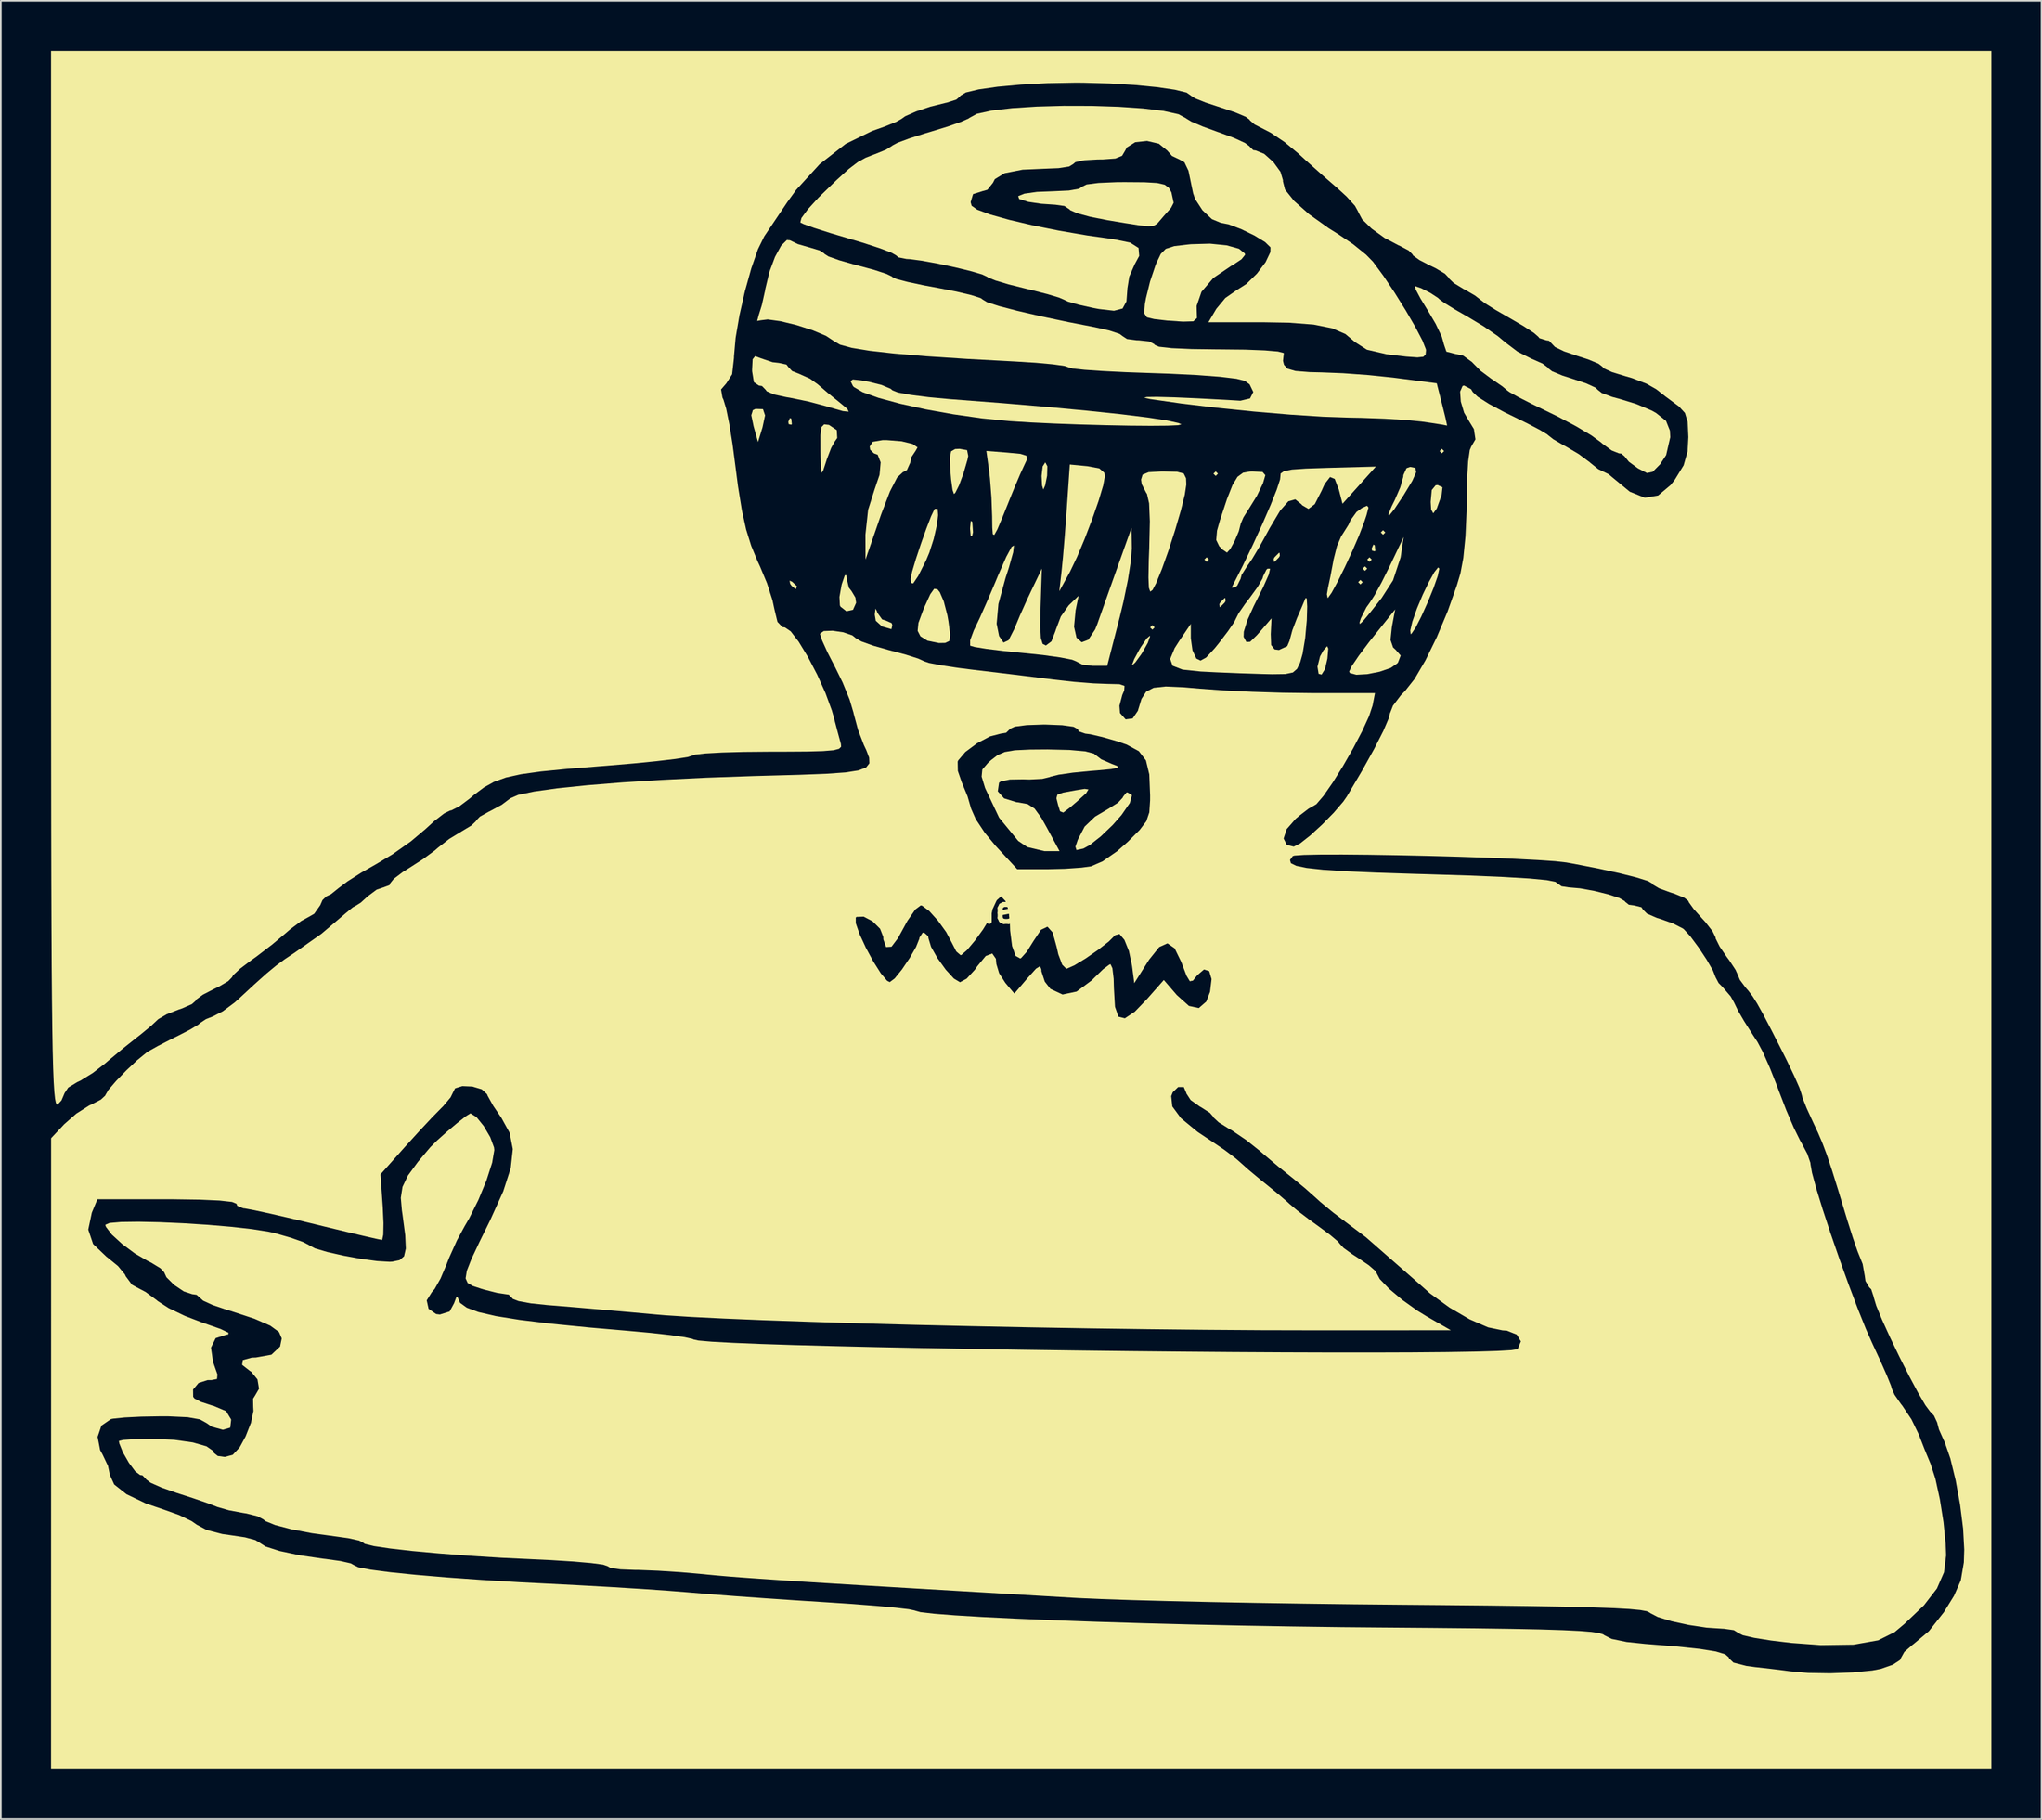
<source format=kicad_pcb>
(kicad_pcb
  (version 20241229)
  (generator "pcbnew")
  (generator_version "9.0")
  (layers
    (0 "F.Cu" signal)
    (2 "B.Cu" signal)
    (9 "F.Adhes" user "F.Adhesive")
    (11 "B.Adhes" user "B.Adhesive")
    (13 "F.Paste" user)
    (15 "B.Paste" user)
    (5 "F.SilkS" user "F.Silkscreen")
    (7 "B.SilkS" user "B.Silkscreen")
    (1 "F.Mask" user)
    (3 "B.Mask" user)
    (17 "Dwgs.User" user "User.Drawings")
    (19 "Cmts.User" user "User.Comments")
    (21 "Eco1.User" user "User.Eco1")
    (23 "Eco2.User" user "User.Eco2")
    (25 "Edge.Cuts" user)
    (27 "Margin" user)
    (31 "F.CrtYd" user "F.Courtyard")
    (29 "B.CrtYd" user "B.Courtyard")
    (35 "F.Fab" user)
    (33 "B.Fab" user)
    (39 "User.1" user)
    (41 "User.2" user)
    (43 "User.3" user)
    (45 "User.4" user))
  (footprint "meitsi"
    (layer "F.Cu")
    (at 57.826 51.34)
    (property "Reference" "meitsi" (at 0 0 0) (layer "F.SilkS") (effects (font (size 1.524 1.524) (thickness 0.3))))
    (attr board_only exclude_from_pos_files exclude_from_bom)
    (fp_poly (pts (xy 8.106 -16.888) (xy 7.971 -16.753) (xy 7.836 -16.888) (xy 7.971 -17.023)) (stroke (width 0) (type solid)) (fill yes) (layer "F.SilkS"))
    (fp_poly (pts (xy 11.349 -20.941) (xy 11.214 -20.806) (xy 11.079 -20.941) (xy 11.214 -21.077)) (stroke (width 0) (type solid)) (fill yes) (layer "F.SilkS"))
    (fp_poly (pts (xy 11.889 -26.076) (xy 11.754 -25.94) (xy 11.619 -26.076) (xy 11.754 -26.211)) (stroke (width 0) (type solid)) (fill yes) (layer "F.SilkS"))
    (fp_poly (pts (xy 20.536 -19.59) (xy 20.401 -19.455) (xy 20.266 -19.59) (xy 20.401 -19.726)) (stroke (width 0) (type solid)) (fill yes) (layer "F.SilkS"))
    (fp_poly (pts (xy 20.806 -20.401) (xy 20.671 -20.266) (xy 20.536 -20.401) (xy 20.671 -20.536)) (stroke (width 0) (type solid)) (fill yes) (layer "F.SilkS"))
    (fp_poly (pts (xy 21.077 -20.941) (xy 20.941 -20.806) (xy 20.806 -20.941) (xy 20.941 -21.077)) (stroke (width 0) (type solid)) (fill yes) (layer "F.SilkS"))
    (fp_poly (pts (xy 21.887 -22.563) (xy 21.752 -22.428) (xy 21.617 -22.563) (xy 21.752 -22.698)) (stroke (width 0) (type solid)) (fill yes) (layer "F.SilkS"))
    (fp_poly (pts (xy 25.4 -27.427) (xy 25.265 -27.291) (xy 25.13 -27.427) (xy 25.265 -27.562)) (stroke (width 0) (type solid)) (fill yes) (layer "F.SilkS"))
    (fp_poly (pts (xy -13.601 -29.363) (xy -13.568 -29.042) (xy -13.601 -29.003) (xy -13.761 -29.04) (xy -13.781 -29.183) (xy -13.682 -29.405)) (stroke (width 0) (type solid)) (fill yes) (layer "F.SilkS"))
    (fp_poly (pts (xy 21.257 -21.797) (xy 21.289 -21.476) (xy 21.257 -21.437) (xy 21.096 -21.474) (xy 21.077 -21.617) (xy 21.175 -21.839)) (stroke (width 0) (type solid)) (fill yes) (layer "F.SilkS"))
    (fp_poly (pts (xy -13.552 -19.616) (xy -13.262 -19.344) (xy -13.322 -19.188) (xy -13.36 -19.185) (xy -13.588 -19.377) (xy -13.672 -19.497) (xy -13.703 -19.682)) (stroke (width 0) (type solid)) (fill yes) (layer "F.SilkS"))
    (fp_poly (pts (xy -15.294 -29.936) (xy -15.168 -29.563) (xy -15.32 -28.85) (xy -15.59 -27.967) (xy -15.855 -28.913) (xy -15.991 -29.573) (xy -15.895 -29.88) (xy -15.74 -29.95)) (stroke (width 0) (type solid)) (fill yes) (layer "F.SilkS"))
    (fp_poly (pts (xy -2.798 -23.212) (xy -2.785 -23.166) (xy -2.746 -22.577) (xy -2.795 -22.355) (xy -2.884 -22.346) (xy -2.92 -22.769) (xy -2.92 -22.833) (xy -2.881 -23.252)) (stroke (width 0) (type solid)) (fill yes) (layer "F.SilkS"))
    (fp_poly (pts (xy 12.345 -18.47) (xy 12.295 -18.374) (xy 12.04 -18.116) (xy 11.993 -18.104) (xy 11.974 -18.279) (xy 12.024 -18.374) (xy 12.279 -18.633) (xy 12.327 -18.645)) (stroke (width 0) (type solid)) (fill yes) (layer "F.SilkS"))
    (fp_poly (pts (xy 15.588 -21.172) (xy 15.537 -21.077) (xy 15.283 -20.819) (xy 15.235 -20.806) (xy 15.217 -20.981) (xy 15.267 -21.077) (xy 15.522 -21.335) (xy 15.569 -21.347)) (stroke (width 0) (type solid)) (fill yes) (layer "F.SilkS"))
    (fp_poly (pts (xy 18.48 -15.625) (xy 18.429 -15.024) (xy 18.283 -14.394) (xy 18.078 -14.068) (xy 17.901 -14.117) (xy 17.834 -14.54) (xy 17.989 -15.156) (xy 18.188 -15.513) (xy 18.412 -15.766)) (stroke (width 0) (type solid)) (fill yes) (layer "F.SilkS"))
    (fp_poly (pts (xy 25.302 -25.263) (xy 25.25 -24.792) (xy 24.963 -23.995) (xy 24.751 -23.707) (xy 24.626 -23.936) (xy 24.598 -24.387) (xy 24.661 -25.099) (xy 24.894 -25.383) (xy 25.013 -25.4)) (stroke (width 0) (type solid)) (fill yes) (layer "F.SilkS"))
    (fp_poly (pts (xy 1.696 -26.52) (xy 1.682 -25.963) (xy 1.679 -25.94) (xy 1.565 -25.372) (xy 1.457 -25.13) (xy 1.456 -25.13) (xy 1.382 -25.365) (xy 1.351 -25.932) (xy 1.351 -25.94) (xy 1.416 -26.51) (xy 1.572 -26.751) (xy 1.574 -26.751)) (stroke (width 0) (type solid)) (fill yes) (layer "F.SilkS"))
    (fp_poly (pts (xy 4.153 -7.203) (xy 4.013 -6.978) (xy 3.488 -6.499) (xy 3.066 -6.137) (xy 2.65 -5.82) (xy 2.457 -5.895) (xy 2.342 -6.26) (xy 2.238 -6.676) (xy 2.296 -6.892) (xy 2.641 -7.014) (xy 3.349 -7.144) (xy 3.926 -7.237)) (stroke (width 0) (type solid)) (fill yes) (layer "F.SilkS"))
    (fp_poly (pts (xy 7.833 -16.348) (xy 7.695 -15.959) (xy 7.356 -15.359) (xy 7.296 -15.267) (xy 6.949 -14.791) (xy 6.766 -14.631) (xy 6.757 -14.653) (xy 6.885 -14.991) (xy 7.203 -15.581) (xy 7.295 -15.733) (xy 7.632 -16.227) (xy 7.819 -16.386)) (stroke (width 0) (type solid)) (fill yes) (layer "F.SilkS"))
    (fp_poly (pts (xy -8.484 -17.853) (xy -8.461 -17.766) (xy -8.173 -17.365) (xy -7.951 -17.294) (xy -7.605 -17.141) (xy -7.566 -17.023) (xy -7.617 -16.785) (xy -7.634 -16.785) (xy -7.916 -16.87) (xy -8.174 -16.939) (xy -8.555 -17.284) (xy -8.615 -17.651) (xy -8.571 -18.011)) (stroke (width 0) (type solid)) (fill yes) (layer "F.SilkS"))
    (fp_poly (pts (xy -10.292 -19.809) (xy -10.162 -19.263) (xy -9.998 -19.05) (xy -9.771 -18.669) (xy -9.728 -18.359) (xy -9.914 -17.94) (xy -10.309 -17.851) (xy -10.664 -18.13) (xy -10.698 -18.206) (xy -10.725 -18.705) (xy -10.598 -19.421) (xy -10.579 -19.49) (xy -10.403 -20.005) (xy -10.312 -20.007)) (stroke (width 0) (type solid)) (fill yes) (layer "F.SilkS"))
    (fp_poly (pts (xy -3.099 -27.482) (xy -3.03 -27.135) (xy -3.08 -26.898) (xy -3.316 -26.091) (xy -3.579 -25.38) (xy -3.803 -24.933) (xy -3.885 -24.86) (xy -3.968 -25.103) (xy -4.053 -25.724) (xy -4.095 -26.211) (xy -4.13 -27.011) (xy -4.055 -27.411) (xy -3.813 -27.548) (xy -3.551 -27.562)) (stroke (width 0) (type solid)) (fill yes) (layer "F.SilkS"))
    (fp_poly (pts (xy -11.349 -28.991) (xy -10.884 -28.679) (xy -10.856 -28.211) (xy -11.011 -27.99) (xy -11.218 -27.617) (xy -11.472 -26.955) (xy -11.523 -26.797) (xy -11.693 -26.275) (xy -11.788 -26.126) (xy -11.834 -26.402) (xy -11.856 -27.153) (xy -11.861 -27.469) (xy -11.862 -28.378) (xy -11.801 -28.859) (xy -11.639 -29.025)) (stroke (width 0) (type solid)) (fill yes) (layer "F.SilkS"))
    (fp_poly (pts (xy 22.804 -21.077) (xy 22.349 -19.701) (xy 21.669 -18.645) (xy 20.973 -17.764) (xy 20.555 -17.262) (xy 20.364 -17.087) (xy 20.349 -17.189) (xy 20.426 -17.429) (xy 20.756 -18.086) (xy 20.963 -18.374) (xy 21.248 -18.814) (xy 21.668 -19.581) (xy 22.133 -20.512) (xy 22.145 -20.536) (xy 22.983 -22.293)) (stroke (width 0) (type solid)) (fill yes) (layer "F.SilkS"))
    (fp_poly (pts (xy 23.681 -26.417) (xy 23.732 -26.17) (xy 23.504 -25.654) (xy 22.98 -24.787) (xy 22.974 -24.777) (xy 22.436 -23.967) (xy 22.126 -23.582) (xy 22.063 -23.629) (xy 22.263 -24.119) (xy 22.457 -24.511) (xy 22.783 -25.264) (xy 22.959 -25.887) (xy 22.968 -25.998) (xy 23.154 -26.403) (xy 23.373 -26.481)) (stroke (width 0) (type solid)) (fill yes) (layer "F.SilkS"))
    (fp_poly (pts (xy 25.114 -20.401) (xy 25.02 -19.959) (xy 24.767 -19.237) (xy 24.418 -18.383) (xy 24.04 -17.544) (xy 23.696 -16.871) (xy 23.451 -16.509) (xy 23.404 -16.483) (xy 23.38 -16.705) (xy 23.5 -17.226) (xy 23.776 -18.014) (xy 24.125 -18.845) (xy 24.491 -19.606) (xy 24.815 -20.186) (xy 25.041 -20.471)) (stroke (width 0) (type solid)) (fill yes) (layer "F.SilkS"))
    (fp_poly (pts (xy -4.871 -19.165) (xy -4.729 -18.99) (xy -4.491 -18.438) (xy -4.275 -17.606) (xy -4.209 -17.226) (xy -4.111 -16.456) (xy -4.156 -16.08) (xy -4.408 -15.96) (xy -4.78 -15.953) (xy -5.465 -16.093) (xy -5.886 -16.356) (xy -6.053 -16.682) (xy -6.007 -17.152) (xy -5.727 -17.919) (xy -5.646 -18.11) (xy -5.299 -18.869) (xy -5.066 -19.196)) (stroke (width 0) (type solid)) (fill yes) (layer "F.SilkS"))
    (fp_poly (pts (xy -4.83 -23.598) (xy -4.916 -22.951) (xy -5.097 -22.163) (xy -5.354 -21.361) (xy -5.547 -20.9) (xy -6.018 -19.964) (xy -6.317 -19.518) (xy -6.458 -19.545) (xy -6.474 -19.793) (xy -6.382 -20.225) (xy -6.158 -20.976) (xy -5.857 -21.884) (xy -5.536 -22.789) (xy -5.25 -23.529) (xy -5.054 -23.942) (xy -5.033 -23.97) (xy -4.862 -23.98)) (stroke (width 0) (type solid)) (fill yes) (layer "F.SilkS"))
    (fp_poly (pts (xy -0.704 -27.336) (xy 0.09 -27.261) (xy 0.448 -27.148) (xy 0.474 -26.915) (xy 0.301 -26.545) (xy 0.065 -26.031) (xy -0.273 -25.234) (xy -0.481 -24.724) (xy -0.97 -23.508) (xy -1.288 -22.751) (xy -1.474 -22.415) (xy -1.564 -22.461) (xy -1.594 -22.85) (xy -1.603 -23.538) (xy -1.645 -24.662) (xy -1.732 -25.791) (xy -1.784 -26.245) (xy -1.948 -27.435)) (stroke (width 0) (type solid)) (fill yes) (layer "F.SilkS"))
    (fp_poly (pts (xy 4.086 -26.524) (xy 4.8 -26.391) (xy 5.101 -26.129) (xy 5.134 -25.92) (xy 5.032 -25.369) (xy 4.763 -24.469) (xy 4.377 -23.36) (xy 3.929 -22.188) (xy 3.47 -21.094) (xy 3.053 -20.221) (xy 3.004 -20.131) (xy 2.411 -19.05) (xy 2.549 -20.266) (xy 2.63 -21.093) (xy 2.728 -22.256) (xy 2.827 -23.551) (xy 2.862 -24.053) (xy 3.037 -26.624)) (stroke (width 0) (type solid)) (fill yes) (layer "F.SilkS"))
    (fp_poly (pts (xy 6.752 -6.86) (xy 6.625 -6.394) (xy 6.127 -5.674) (xy 5.602 -5.08) (xy 4.888 -4.395) (xy 4.224 -3.873) (xy 3.846 -3.668) (xy 3.435 -3.579) (xy 3.374 -3.779) (xy 3.514 -4.19) (xy 3.922 -4.979) (xy 4.544 -5.575) (xy 5.35 -6.052) (xy 5.921 -6.413) (xy 6.207 -6.724) (xy 6.215 -6.762) (xy 6.421 -7.018) (xy 6.485 -7.026)) (stroke (width 0) (type solid)) (fill yes) (layer "F.SilkS"))
    (fp_poly (pts (xy 22.279 -16.91) (xy 22.199 -16.14) (xy 22.351 -15.692) (xy 22.518 -15.537) (xy 22.805 -15.207) (xy 22.652 -14.804) (xy 22.607 -14.742) (xy 22.208 -14.466) (xy 21.551 -14.24) (xy 20.81 -14.094) (xy 20.158 -14.057) (xy 19.769 -14.16) (xy 19.726 -14.252) (xy 19.884 -14.576) (xy 20.306 -15.199) (xy 20.909 -16.001) (xy 21.101 -16.243) (xy 22.477 -17.964)) (stroke (width 0) (type solid)) (fill yes) (layer "F.SilkS"))
    (fp_poly (pts (xy 20.882 -24.054) (xy 20.764 -23.598) (xy 20.617 -23.162) (xy 20.323 -22.393) (xy 19.921 -21.462) (xy 19.473 -20.496) (xy 19.04 -19.621) (xy 18.684 -18.965) (xy 18.465 -18.654) (xy 18.443 -18.645) (xy 18.398 -18.867) (xy 18.462 -19.253) (xy 18.605 -19.921) (xy 18.768 -20.785) (xy 18.796 -20.941) (xy 18.996 -21.738) (xy 19.255 -22.344) (xy 19.313 -22.428) (xy 19.688 -23.023) (xy 19.804 -23.288) (xy 20.166 -23.787) (xy 20.486 -24.022) (xy 20.795 -24.161)) (stroke (width 0) (type solid)) (fill yes) (layer "F.SilkS"))
    (fp_poly (pts (xy 14.556 -26.177) (xy 14.721 -25.985) (xy 14.578 -25.5) (xy 14.218 -24.755) (xy 13.774 -24.039) (xy 13.41 -23.463) (xy 13.242 -23.067) (xy 13.24 -23.048) (xy 13.137 -22.638) (xy 12.897 -22.073) (xy 12.626 -21.573) (xy 12.431 -21.359) (xy 12.43 -21.359) (xy 12.16 -21.542) (xy 11.964 -21.743) (xy 11.786 -22.111) (xy 11.833 -22.672) (xy 12.007 -23.287) (xy 12.427 -24.557) (xy 12.758 -25.396) (xy 13.059 -25.892) (xy 13.389 -26.133) (xy 13.808 -26.208) (xy 13.969 -26.211)) (stroke (width 0) (type solid)) (fill yes) (layer "F.SilkS"))
    (fp_poly (pts (xy -7.007 -28.01) (xy -6.358 -27.853) (xy -6.059 -27.648) (xy -6.165 -27.457) (xy -6.438 -27.046) (xy -6.485 -26.755) (xy -6.692 -26.292) (xy -6.939 -26.163) (xy -7.277 -25.849) (xy -7.706 -25.017) (xy -8.227 -23.661) (xy -8.28 -23.509) (xy -9.168 -20.941) (xy -9.172 -22.428) (xy -9.012 -23.915) (xy -8.636 -25.103) (xy -8.328 -26.011) (xy -8.263 -26.753) (xy -8.441 -27.208) (xy -8.665 -27.291) (xy -8.889 -27.511) (xy -8.917 -27.697) (xy -8.737 -27.981) (xy -8.14 -28.083) (xy -7.904 -28.083)) (stroke (width 0) (type solid)) (fill yes) (layer "F.SilkS"))
    (fp_poly (pts (xy 9.447 -26.192) (xy 9.846 -26.083) (xy 9.983 -25.802) (xy 9.998 -25.426) (xy 9.907 -24.82) (xy 9.668 -23.861) (xy 9.328 -22.701) (xy 8.937 -21.49) (xy 8.541 -20.379) (xy 8.19 -19.52) (xy 7.981 -19.125) (xy 7.843 -19.025) (xy 7.763 -19.253) (xy 7.736 -19.869) (xy 7.757 -20.934) (xy 7.784 -21.644) (xy 7.82 -23.234) (xy 7.775 -24.305) (xy 7.647 -24.868) (xy 7.601 -24.932) (xy 7.333 -25.456) (xy 7.296 -25.724) (xy 7.386 -26.019) (xy 7.743 -26.166) (xy 8.491 -26.21) (xy 8.647 -26.211)) (stroke (width 0) (type solid)) (fill yes) (layer "F.SilkS"))
    (fp_poly (pts (xy -15.42 -32.975) (xy -14.721 -32.74) (xy -14.339 -32.696) (xy -13.89 -32.598) (xy -13.781 -32.455) (xy -13.553 -32.211) (xy -13.167 -32.06) (xy -12.483 -31.754) (xy -12.019 -31.418) (xy -11.423 -30.906) (xy -10.724 -30.343) (xy -10.705 -30.327) (xy -10.249 -29.947) (xy -10.175 -29.781) (xy -10.523 -29.819) (xy -11.333 -30.051) (xy -11.537 -30.114) (xy -12.573 -30.389) (xy -13.691 -30.619) (xy -13.901 -30.653) (xy -14.63 -30.812) (xy -15.072 -31.004) (xy -15.132 -31.091) (xy -15.351 -31.316) (xy -15.537 -31.345) (xy -15.836 -31.548) (xy -15.942 -32.197) (xy -15.943 -32.3) (xy -15.911 -32.917) (xy -15.76 -33.104)) (stroke (width 0) (type solid)) (fill yes) (layer "F.SilkS"))
    (fp_poly (pts (xy 12.41 -39.727) (xy 13.146 -39.521) (xy 13.497 -39.234) (xy 13.511 -39.161) (xy 13.294 -38.892) (xy 12.764 -38.54) (xy 12.666 -38.488) (xy 11.615 -37.776) (xy 10.905 -36.947) (xy 10.616 -36.103) (xy 10.622 -35.871) (xy 10.637 -35.379) (xy 10.416 -35.183) (xy 9.814 -35.165) (xy 9.748 -35.168) (xy 8.864 -35.228) (xy 8.083 -35.317) (xy 8.076 -35.318) (xy 7.642 -35.424) (xy 7.478 -35.667) (xy 7.522 -36.21) (xy 7.586 -36.561) (xy 7.834 -37.567) (xy 8.163 -38.551) (xy 8.211 -38.669) (xy 8.469 -39.209) (xy 8.772 -39.517) (xy 9.279 -39.679) (xy 10.149 -39.782) (xy 10.282 -39.794) (xy 11.414 -39.826)) (stroke (width 0) (type solid)) (fill yes) (layer "F.SilkS"))
    (fp_poly (pts (xy 7.495 -43.495) (xy 8.257 -43.451) (xy 8.706 -43.348) (xy 8.957 -43.16) (xy 9.109 -42.894) (xy 9.242 -42.269) (xy 9.084 -41.961) (xy 8.648 -41.473) (xy 8.433 -41.22) (xy 8.258 -41.018) (xy 8.066 -40.9) (xy 7.752 -40.866) (xy 7.206 -40.918) (xy 6.323 -41.055) (xy 5.272 -41.231) (xy 4.259 -41.431) (xy 3.475 -41.644) (xy 3.055 -41.83) (xy 3.021 -41.873) (xy 2.713 -42.077) (xy 2.173 -42.153) (xy 1.337 -42.209) (xy 0.552 -42.326) (xy 0.011 -42.495) (xy -0.046 -42.665) (xy 0.328 -42.815) (xy 1.077 -42.92) (xy 2.094 -42.96) (xy 2.982 -43.001) (xy 3.59 -43.107) (xy 3.783 -43.234) (xy 4.039 -43.362) (xy 4.749 -43.454) (xy 5.83 -43.5) (xy 6.307 -43.504)) (stroke (width 0) (type solid)) (fill yes) (layer "F.SilkS"))
    (fp_poly (pts (xy -9.418 -31.654) (xy -8.977 -31.574) (xy -8.2 -31.379) (xy -7.665 -31.153) (xy -7.555 -31.057) (xy -7.233 -30.931) (xy -6.479 -30.791) (xy -5.4 -30.653) (xy -4.104 -30.532) (xy -3.892 -30.516) (xy -0.948 -30.29) (xy 1.721 -30.064) (xy 4.075 -29.844) (xy 6.074 -29.634) (xy 7.677 -29.437) (xy 8.844 -29.259) (xy 9.536 -29.104) (xy 9.705 -29.025) (xy 9.513 -28.974) (xy 8.871 -28.946) (xy 7.872 -28.938) (xy 6.607 -28.948) (xy 5.166 -28.976) (xy 3.64 -29.018) (xy 2.121 -29.074) (xy 0.699 -29.141) (xy -0.533 -29.218) (xy -0.54 -29.219) (xy -2.205 -29.383) (xy -3.915 -29.626) (xy -5.578 -29.925) (xy -7.099 -30.259) (xy -8.385 -30.608) (xy -9.341 -30.95) (xy -9.873 -31.264) (xy -9.923 -31.325) (xy -10.06 -31.607) (xy -9.926 -31.708)) (stroke (width 0) (type solid)) (fill yes) (layer "F.SilkS"))
    (fp_poly (pts (xy 20.327 -25.389) (xy 19.33 -24.278) (xy 19.115 -25.109) (xy 18.866 -25.761) (xy 18.587 -25.877) (xy 18.263 -25.458) (xy 18.085 -25.062) (xy 17.675 -24.256) (xy 17.295 -23.97) (xy 16.921 -24.188) (xy 16.875 -24.247) (xy 16.508 -24.543) (xy 16.097 -24.427) (xy 15.603 -23.867) (xy 14.984 -22.829) (xy 14.895 -22.664) (xy 14.389 -21.744) (xy 13.93 -20.975) (xy 13.616 -20.52) (xy 13.612 -20.515) (xy 13.305 -20.031) (xy 13.24 -19.788) (xy 13.04 -19.383) (xy 12.928 -19.294) (xy 12.722 -19.254) (xy 12.746 -19.346) (xy 13.349 -20.526) (xy 13.961 -21.797) (xy 14.538 -23.058) (xy 15.034 -24.202) (xy 15.402 -25.127) (xy 15.598 -25.727) (xy 15.615 -25.878) (xy 15.635 -26.087) (xy 15.836 -26.229) (xy 16.308 -26.321) (xy 17.141 -26.379) (xy 18.425 -26.422) (xy 18.43 -26.422) (xy 21.323 -26.499)) (stroke (width 0) (type solid)) (fill yes) (layer "F.SilkS"))
    (fp_poly (pts (xy 3.021 -9.562) (xy 3.973 -9.476) (xy 4.482 -9.342) (xy 4.536 -9.295) (xy 4.913 -9.006) (xy 5.539 -8.732) (xy 5.887 -8.596) (xy 5.9 -8.498) (xy 5.517 -8.42) (xy 4.676 -8.34) (xy 4.265 -8.308) (xy 3.224 -8.206) (xy 2.378 -8.084) (xy 1.885 -7.963) (xy 1.847 -7.944) (xy 1.393 -7.834) (xy 0.629 -7.795) (xy 0.244 -7.806) (xy -0.539 -7.794) (xy -1.076 -7.688) (xy -1.189 -7.609) (xy -1.265 -7.091) (xy -0.889 -6.67) (xy -0.149 -6.441) (xy -0.069 -6.432) (xy 0.51 -6.33) (xy 0.933 -6.06) (xy 1.341 -5.5) (xy 1.66 -4.931) (xy 2.425 -3.513) (xy 1.525 -3.513) (xy 0.501 -3.757) (xy -0.042 -4.121) (xy -1.186 -5.515) (xy -2.023 -7.285) (xy -2.231 -7.97) (xy -2.19 -8.392) (xy -1.847 -8.793) (xy -1.667 -8.955) (xy -1.281 -9.253) (xy -0.851 -9.44) (xy -0.247 -9.543) (xy 0.661 -9.585) (xy 1.699 -9.593)) (stroke (width 0) (type solid)) (fill yes) (layer "F.SilkS"))
    (fp_poly (pts (xy 15.005 -20.395) (xy 14.921 -20.038) (xy 14.591 -19.29) (xy 14.02 -18.147) (xy 13.645 -17.314) (xy 13.434 -16.635) (xy 13.423 -16.323) (xy 13.59 -16.013) (xy 13.815 -16.031) (xy 14.212 -16.417) (xy 14.448 -16.686) (xy 15.089 -17.429) (xy 15.043 -16.483) (xy 15.066 -15.836) (xy 15.273 -15.572) (xy 15.534 -15.537) (xy 16.027 -15.766) (xy 16.16 -16.078) (xy 16.332 -16.713) (xy 16.604 -17.429) (xy 16.905 -18.126) (xy 17.123 -18.645) (xy 17.193 -18.612) (xy 17.22 -18.141) (xy 17.198 -17.332) (xy 17.196 -17.294) (xy 17.1 -16.245) (xy 16.945 -15.311) (xy 16.8 -14.794) (xy 16.616 -14.412) (xy 16.366 -14.194) (xy 15.915 -14.1) (xy 15.13 -14.089) (xy 14.531 -14.103) (xy 13.221 -14.146) (xy 11.826 -14.203) (xy 10.863 -14.251) (xy 9.772 -14.366) (xy 9.177 -14.597) (xy 9.034 -15.004) (xy 9.302 -15.649) (xy 9.577 -16.08) (xy 10.268 -17.099) (xy 10.268 -16.239) (xy 10.367 -15.521) (xy 10.598 -15.026) (xy 10.848 -14.903) (xy 11.181 -15.085) (xy 11.688 -15.631) (xy 11.95 -15.954) (xy 12.49 -16.663) (xy 12.86 -17.204) (xy 12.97 -17.429) (xy 13.125 -17.736) (xy 13.517 -18.301) (xy 13.781 -18.645) (xy 14.258 -19.301) (xy 14.549 -19.808) (xy 14.591 -19.951) (xy 14.789 -20.346) (xy 14.859 -20.399)) (stroke (width 0) (type solid)) (fill yes) (layer "F.SilkS"))
    (fp_poly (pts (xy 6.744 -21.617) (xy 6.685 -20.843) (xy 6.508 -19.721) (xy 6.242 -18.421) (xy 6.019 -17.496) (xy 5.272 -14.591) (xy 4.415 -14.591) (xy 3.795 -14.66) (xy 3.472 -14.826) (xy 3.468 -14.835) (xy 3.179 -14.955) (xy 2.462 -15.095) (xy 1.429 -15.238) (xy 0.315 -15.354) (xy -0.918 -15.477) (xy -1.945 -15.603) (xy -2.651 -15.718) (xy -2.916 -15.796) (xy -2.916 -16.122) (xy -2.699 -16.707) (xy -2.638 -16.831) (xy -2.331 -17.478) (xy -1.899 -18.452) (xy -1.418 -19.579) (xy -1.245 -19.996) (xy -0.759 -21.104) (xy -0.439 -21.7) (xy -0.298 -21.787) (xy -0.348 -21.37) (xy -0.603 -20.455) (xy -0.804 -19.835) (xy -1.228 -18.287) (xy -1.333 -17.105) (xy -1.187 -16.37) (xy -0.921 -15.981) (xy -0.619 -16.124) (xy -0.275 -16.801) (xy -0.267 -16.821) (xy 0.052 -17.586) (xy 0.484 -18.549) (xy 0.72 -19.05) (xy 1.368 -20.401) (xy 1.292 -18.104) (xy 1.27 -16.958) (xy 1.308 -16.256) (xy 1.416 -15.904) (xy 1.61 -15.807) (xy 1.61 -15.807) (xy 1.939 -16.052) (xy 2.183 -16.681) (xy 2.191 -16.718) (xy 2.501 -17.539) (xy 2.971 -18.204) (xy 3.566 -18.78) (xy 3.384 -17.908) (xy 3.292 -16.927) (xy 3.438 -16.275) (xy 3.747 -16.001) (xy 4.144 -16.15) (xy 4.554 -16.77) (xy 4.682 -17.091) (xy 4.963 -17.887) (xy 5.353 -18.99) (xy 5.782 -20.195) (xy 5.903 -20.536) (xy 6.721 -22.833)) (stroke (width 0) (type solid)) (fill yes) (layer "F.SilkS"))
    (fp_poly (pts (xy 24.032 -37.161) (xy 24.585 -36.876) (xy 25.038 -36.58) (xy 25.13 -36.492) (xy 25.419 -36.279) (xy 26.046 -35.893) (xy 26.852 -35.43) (xy 27.784 -34.868) (xy 28.608 -34.299) (xy 29.073 -33.911) (xy 29.782 -33.374) (xy 30.625 -32.945) (xy 30.661 -32.932) (xy 31.278 -32.659) (xy 31.601 -32.419) (xy 31.615 -32.379) (xy 31.852 -32.197) (xy 32.465 -31.943) (xy 33.101 -31.738) (xy 33.904 -31.469) (xy 34.444 -31.22) (xy 34.587 -31.082) (xy 34.825 -30.896) (xy 35.434 -30.669) (xy 35.893 -30.545) (xy 36.878 -30.242) (xy 37.795 -29.854) (xy 38.055 -29.711) (xy 38.659 -29.232) (xy 38.89 -28.65) (xy 38.911 -28.256) (xy 38.665 -27.188) (xy 38.303 -26.636) (xy 37.862 -26.189) (xy 37.519 -26.114) (xy 37.022 -26.37) (xy 36.952 -26.413) (xy 36.439 -26.79) (xy 36.209 -27.073) (xy 36.209 -27.084) (xy 35.992 -27.273) (xy 35.843 -27.291) (xy 35.412 -27.463) (xy 34.84 -27.883) (xy 34.762 -27.954) (xy 34.2 -28.364) (xy 33.299 -28.902) (xy 32.214 -29.479) (xy 31.682 -29.739) (xy 30.654 -30.239) (xy 29.822 -30.664) (xy 29.3 -30.956) (xy 29.183 -31.042) (xy 28.881 -31.296) (xy 28.322 -31.681) (xy 28.237 -31.735) (xy 27.574 -32.23) (xy 27.086 -32.724) (xy 27.074 -32.742) (xy 26.539 -33.132) (xy 26.06 -33.236) (xy 25.537 -33.37) (xy 25.4 -33.771) (xy 25.26 -34.269) (xy 24.894 -35.035) (xy 24.446 -35.798) (xy 23.986 -36.551) (xy 23.702 -37.087) (xy 23.653 -37.289)) (stroke (width 0) (type solid)) (fill yes) (layer "F.SilkS"))
    (fp_poly (pts (xy -13.68 -40.028) (xy -13.215 -39.803) (xy -12.516 -39.6) (xy -12.497 -39.596) (xy -11.902 -39.417) (xy -11.622 -39.231) (xy -11.619 -39.213) (xy -11.377 -39.061) (xy -10.735 -38.833) (xy -9.82 -38.572) (xy -9.593 -38.514) (xy -8.635 -38.254) (xy -7.921 -38.02) (xy -7.579 -37.855) (xy -7.566 -37.832) (xy -7.318 -37.714) (xy -6.648 -37.538) (xy -5.67 -37.33) (xy -4.864 -37.181) (xy -3.736 -36.962) (xy -2.839 -36.749) (xy -2.285 -36.57) (xy -2.162 -36.48) (xy -1.908 -36.326) (xy -1.195 -36.096) (xy -0.096 -35.809) (xy 1.315 -35.483) (xy 2.966 -35.135) (xy 4.526 -34.832) (xy 5.397 -34.636) (xy 6.006 -34.434) (xy 6.215 -34.282) (xy 6.453 -34.126) (xy 7.037 -34.049) (xy 7.161 -34.047) (xy 7.786 -33.979) (xy 8.098 -33.812) (xy 8.106 -33.777) (xy 8.368 -33.665) (xy 9.122 -33.581) (xy 10.32 -33.527) (xy 11.913 -33.506) (xy 12.04 -33.506) (xy 13.512 -33.491) (xy 14.68 -33.446) (xy 15.472 -33.378) (xy 15.817 -33.29) (xy 15.823 -33.261) (xy 15.775 -32.82) (xy 15.835 -32.585) (xy 16.043 -32.354) (xy 16.519 -32.216) (xy 17.369 -32.148) (xy 18.066 -32.132) (xy 19.366 -32.081) (xy 20.897 -31.969) (xy 22.357 -31.818) (xy 22.545 -31.794) (xy 24.96 -31.48) (xy 25.287 -30.196) (xy 25.468 -29.467) (xy 25.567 -29.02) (xy 25.575 -28.951) (xy 25.309 -29.005) (xy 24.666 -29.106) (xy 24.049 -29.194) (xy 23.12 -29.286) (xy 21.855 -29.363) (xy 20.46 -29.414) (xy 19.726 -29.427) (xy 18.157 -29.481) (xy 16.214 -29.607) (xy 14.052 -29.79) (xy 11.83 -30.016) (xy 9.706 -30.27) (xy 7.837 -30.537) (xy 7.836 -30.538) (xy 7.482 -30.617) (xy 7.629 -30.661) (xy 8.239 -30.669) (xy 9.274 -30.642) (xy 10.695 -30.58) (xy 12.466 -30.485) (xy 13.232 -30.439) (xy 13.805 -30.575) (xy 14 -30.959) (xy 13.78 -31.416) (xy 13.491 -31.625) (xy 12.995 -31.75) (xy 12.026 -31.867) (xy 10.652 -31.971) (xy 8.941 -32.055) (xy 7.936 -32.089) (xy 6.365 -32.145) (xy 4.999 -32.213) (xy 3.922 -32.287) (xy 3.219 -32.361) (xy 2.972 -32.429) (xy 2.72 -32.516) (xy 2.033 -32.612) (xy 1.016 -32.705) (xy -0.203 -32.781) (xy -3.11 -32.938) (xy -5.51 -33.095) (xy -7.435 -33.255) (xy -8.918 -33.421) (xy -9.993 -33.598) (xy -10.692 -33.789) (xy -11.049 -33.997) (xy -11.049 -33.997) (xy -11.527 -34.314) (xy -12.328 -34.65) (xy -13.287 -34.957) (xy -14.237 -35.188) (xy -15.012 -35.296) (xy -15.432 -35.244) (xy -15.641 -35.205) (xy -15.547 -35.556) (xy -15.36 -36.158) (xy -15.176 -36.984) (xy -15.145 -37.154) (xy -14.907 -38.145) (xy -14.576 -39.034) (xy -14.209 -39.706) (xy -13.867 -40.045)) (stroke (width 0) (type solid)) (fill yes) (layer "F.SilkS"))
    (fp_poly (pts (xy 4.339 -48.06) (xy 5.952 -48.008) (xy 7.421 -47.907) (xy 8.647 -47.759) (xy 9.533 -47.563) (xy 9.983 -47.32) (xy 9.992 -47.307) (xy 10.302 -47.119) (xy 10.984 -46.829) (xy 11.894 -46.497) (xy 11.957 -46.476) (xy 12.853 -46.145) (xy 13.503 -45.846) (xy 13.779 -45.641) (xy 13.781 -45.629) (xy 13.998 -45.417) (xy 14.149 -45.396) (xy 14.651 -45.193) (xy 15.197 -44.706) (xy 15.626 -44.117) (xy 15.776 -43.609) (xy 15.768 -43.563) (xy 15.896 -43.057) (xy 16.442 -42.376) (xy 17.337 -41.583) (xy 18.515 -40.743) (xy 19.051 -40.407) (xy 19.953 -39.802) (xy 20.743 -39.164) (xy 21.152 -38.745) (xy 21.768 -37.909) (xy 22.441 -36.902) (xy 23.103 -35.841) (xy 23.682 -34.844) (xy 24.108 -34.029) (xy 24.311 -33.513) (xy 24.319 -33.45) (xy 24.297 -33.202) (xy 24.161 -33.065) (xy 23.806 -33.027) (xy 23.127 -33.077) (xy 22.021 -33.207) (xy 21.972 -33.212) (xy 20.788 -33.487) (xy 20.081 -33.939) (xy 19.503 -34.424) (xy 18.705 -34.767) (xy 17.602 -34.987) (xy 16.115 -35.101) (xy 14.536 -35.128) (xy 11.318 -35.128) (xy 11.79 -35.927) (xy 12.329 -36.576) (xy 12.96 -37.015) (xy 13.584 -37.414) (xy 14.215 -38.031) (xy 14.733 -38.717) (xy 15.021 -39.323) (xy 15.026 -39.608) (xy 14.708 -39.92) (xy 14.062 -40.314) (xy 13.273 -40.697) (xy 12.526 -40.98) (xy 12.053 -41.072) (xy 11.527 -41.291) (xy 10.961 -41.825) (xy 10.526 -42.491) (xy 10.406 -42.836) (xy 10.234 -43.666) (xy 10.128 -44.18) (xy 9.886 -44.688) (xy 9.59 -44.855) (xy 9.146 -45.064) (xy 8.854 -45.396) (xy 8.356 -45.8) (xy 7.652 -45.964) (xy 6.946 -45.889) (xy 6.444 -45.574) (xy 6.35 -45.396) (xy 6.161 -45.076) (xy 5.761 -44.912) (xy 5.006 -44.857) (xy 4.711 -44.855) (xy 3.902 -44.81) (xy 3.369 -44.695) (xy 3.243 -44.585) (xy 2.999 -44.436) (xy 2.37 -44.338) (xy 1.79 -44.315) (xy 0.215 -44.246) (xy -0.855 -44.037) (xy -1.44 -43.683) (xy -1.554 -43.463) (xy -1.886 -43.046) (xy -2.177 -42.964) (xy -2.743 -42.786) (xy -2.887 -42.308) (xy -2.829 -42.094) (xy -2.498 -41.858) (xy -1.721 -41.57) (xy -0.586 -41.251) (xy 0.819 -40.921) (xy 2.404 -40.602) (xy 4.08 -40.315) (xy 5.63 -40.096) (xy 6.639 -39.892) (xy 7.146 -39.57) (xy 7.185 -39.094) (xy 6.915 -38.593) (xy 6.592 -37.858) (xy 6.481 -37.162) (xy 6.423 -36.376) (xy 6.19 -35.947) (xy 5.677 -35.814) (xy 4.782 -35.918) (xy 4.442 -35.982) (xy 3.57 -36.176) (xy 2.934 -36.358) (xy 2.702 -36.468) (xy 2.393 -36.602) (xy 1.689 -36.812) (xy 0.726 -37.059) (xy 0.405 -37.134) (xy -0.611 -37.388) (xy -1.407 -37.626) (xy -1.849 -37.805) (xy -1.892 -37.841) (xy -2.202 -37.986) (xy -2.895 -38.188) (xy -3.822 -38.413) (xy -4.834 -38.629) (xy -5.781 -38.802) (xy -6.513 -38.9) (xy -6.721 -38.911) (xy -7.2 -39.007) (xy -7.341 -39.129) (xy -7.623 -39.289) (xy -8.313 -39.551) (xy -9.298 -39.873) (xy -10.133 -40.121) (xy -11.279 -40.462) (xy -12.232 -40.767) (xy -12.869 -40.996) (xy -13.064 -41.092) (xy -12.996 -41.358) (xy -12.608 -41.886) (xy -11.98 -42.573) (xy -11.818 -42.734) (xy -10.858 -43.663) (xy -10.168 -44.289) (xy -9.638 -44.694) (xy -9.161 -44.959) (xy -8.627 -45.168) (xy -8.573 -45.186) (xy -7.942 -45.444) (xy -7.575 -45.674) (xy -7.563 -45.69) (xy -7.255 -45.855) (xy -6.558 -46.114) (xy -5.603 -46.419) (xy -5.266 -46.519) (xy -4.255 -46.829) (xy -3.458 -47.108) (xy -3.007 -47.308) (xy -2.958 -47.347) (xy -2.512 -47.59) (xy -1.628 -47.782) (xy -0.404 -47.925) (xy 1.063 -48.019) (xy 2.677 -48.064)) (stroke (width 0) (type solid)) (fill yes) (layer "F.SilkS"))
    (fp_poly (pts (xy 58.096 51.34) (xy -57.826 51.34) (xy -57.824 32.493) (xy -57.823 19.109) (xy -55.603 19.109) (xy -55.313 19.971) (xy -54.503 20.741) (xy -54.464 20.767) (xy -53.829 21.285) (xy -53.414 21.787) (xy -53.362 21.902) (xy -52.99 22.403) (xy -52.711 22.557) (xy -52.181 22.835) (xy -51.531 23.311) (xy -51.441 23.387) (xy -50.8 23.801) (xy -49.836 24.264) (xy -48.746 24.682) (xy -48.638 24.718) (xy -47.701 25.046) (xy -47.226 25.272) (xy -47.24 25.38) (xy -47.337 25.387) (xy -47.991 25.598) (xy -48.27 26.162) (xy -48.148 27.018) (xy -48.105 27.138) (xy -47.884 27.766) (xy -47.91 28.037) (xy -48.24 28.101) (xy -48.474 28.102) (xy -49.012 28.274) (xy -49.342 28.669) (xy -49.336 29.102) (xy -49.255 29.207) (xy -48.869 29.405) (xy -48.202 29.623) (xy -48.098 29.651) (xy -47.366 29.962) (xy -47.071 30.45) (xy -47.066 30.482) (xy -47.121 30.948) (xy -47.557 31.074) (xy -47.558 31.074) (xy -48.226 30.89) (xy -48.542 30.669) (xy -48.938 30.451) (xy -49.655 30.323) (xy -50.784 30.27) (xy -51.292 30.268) (xy -52.44 30.288) (xy -53.44 30.338) (xy -54.123 30.409) (xy -54.248 30.435) (xy -54.817 30.826) (xy -55.045 31.499) (xy -54.894 32.287) (xy -54.748 32.553) (xy -54.424 33.234) (xy -54.313 33.771) (xy -54.054 34.342) (xy -53.317 34.924) (xy -52.161 35.478) (xy -51.091 35.842) (xy -50.177 36.168) (xy -49.419 36.536) (xy -49.121 36.745) (xy -48.527 37.061) (xy -47.597 37.303) (xy -47.098 37.373) (xy -46.24 37.501) (xy -45.621 37.667) (xy -45.421 37.787) (xy -45.011 38.051) (xy -44.165 38.322) (xy -42.987 38.572) (xy -41.581 38.777) (xy -41.41 38.796) (xy -40.536 38.919) (xy -39.926 39.057) (xy -39.721 39.169) (xy -39.461 39.295) (xy -38.719 39.437) (xy -37.554 39.588) (xy -36.024 39.744) (xy -34.187 39.9) (xy -32.102 40.048) (xy -29.827 40.184) (xy -28.237 40.265) (xy -26.312 40.363) (xy -24.359 40.473) (xy -22.52 40.587) (xy -20.935 40.697) (xy -19.746 40.792) (xy -19.726 40.794) (xy -18.509 40.896) (xy -16.906 41.019) (xy -15.068 41.15) (xy -13.146 41.28) (xy -11.619 41.377) (xy -9.988 41.485) (xy -8.549 41.597) (xy -7.385 41.704) (xy -6.582 41.799) (xy -6.224 41.874) (xy -6.215 41.881) (xy -5.887 41.973) (xy -5.067 42.068) (xy -3.806 42.167) (xy -2.152 42.266) (xy -0.154 42.364) (xy 2.138 42.459) (xy 4.675 42.55) (xy 7.408 42.634) (xy 10.288 42.71) (xy 13.265 42.776) (xy 16.29 42.83) (xy 19.314 42.871) (xy 21.595 42.891) (xy 24.689 42.916) (xy 27.284 42.942) (xy 29.421 42.972) (xy 31.14 43.007) (xy 32.483 43.049) (xy 33.491 43.098) (xy 34.205 43.156) (xy 34.665 43.225) (xy 34.913 43.306) (xy 34.97 43.352) (xy 35.413 43.574) (xy 36.309 43.758) (xy 37.424 43.874) (xy 39.302 44.024) (xy 40.69 44.171) (xy 41.638 44.324) (xy 42.197 44.493) (xy 42.416 44.686) (xy 42.423 44.735) (xy 42.687 44.989) (xy 43.457 45.186) (xy 43.977 45.256) (xy 44.931 45.364) (xy 45.731 45.462) (xy 46.071 45.509) (xy 47.151 45.605) (xy 48.475 45.625) (xy 49.826 45.575) (xy 50.985 45.46) (xy 51.491 45.364) (xy 52.206 45.116) (xy 52.636 44.836) (xy 52.691 44.719) (xy 52.898 44.348) (xy 53.399 43.914) (xy 53.435 43.891) (xy 54.362 43.113) (xy 55.253 41.984) (xy 55.866 40.993) (xy 56.269 40.072) (xy 56.451 38.999) (xy 56.474 38.236) (xy 56.406 36.978) (xy 56.224 35.536) (xy 55.959 34.081) (xy 55.643 32.786) (xy 55.311 31.822) (xy 55.238 31.67) (xy 54.963 31.052) (xy 54.855 30.635) (xy 54.665 30.225) (xy 54.432 29.981) (xy 54.151 29.602) (xy 53.713 28.852) (xy 53.177 27.848) (xy 52.602 26.709) (xy 52.045 25.554) (xy 51.566 24.501) (xy 51.222 23.67) (xy 51.072 23.178) (xy 51.07 23.145) (xy 50.915 22.674) (xy 50.8 22.563) (xy 50.574 22.182) (xy 50.53 21.868) (xy 50.404 21.161) (xy 50.287 20.87) (xy 50.095 20.393) (xy 49.81 19.563) (xy 49.488 18.545) (xy 49.436 18.374) (xy 48.95 16.767) (xy 48.576 15.568) (xy 48.275 14.667) (xy 48.008 13.954) (xy 47.737 13.318) (xy 47.432 12.667) (xy 47.06 11.855) (xy 46.812 11.229) (xy 46.747 10.981) (xy 46.631 10.635) (xy 46.322 9.933) (xy 45.876 9.002) (xy 45.641 8.532) (xy 44.96 7.194) (xy 44.465 6.247) (xy 44.104 5.598) (xy 43.824 5.154) (xy 43.571 4.822) (xy 43.413 4.642) (xy 43.067 4.178) (xy 42.964 3.922) (xy 42.813 3.584) (xy 42.437 3.013) (xy 42.288 2.813) (xy 41.862 2.189) (xy 41.628 1.719) (xy 41.613 1.637) (xy 41.44 1.277) (xy 41.005 0.72) (xy 40.802 0.498) (xy 40.306 -0.061) (xy 40.019 -0.46) (xy 39.991 -0.538) (xy 39.759 -0.723) (xy 39.175 -0.964) (xy 38.911 -1.049) (xy 38.242 -1.294) (xy 37.863 -1.52) (xy 37.83 -1.581) (xy 37.58 -1.727) (xy 36.893 -1.941) (xy 35.867 -2.199) (xy 34.598 -2.476) (xy 33.183 -2.751) (xy 32.696 -2.838) (xy 32.048 -2.911) (xy 30.999 -2.983) (xy 29.631 -3.053) (xy 28.025 -3.118) (xy 26.264 -3.177) (xy 24.429 -3.228) (xy 22.603 -3.268) (xy 20.866 -3.296) (xy 19.302 -3.31) (xy 17.991 -3.307) (xy 17.016 -3.287) (xy 16.458 -3.247) (xy 16.361 -3.219) (xy 16.193 -2.986) (xy 16.245 -2.794) (xy 16.564 -2.636) (xy 17.192 -2.507) (xy 18.173 -2.4) (xy 19.552 -2.31) (xy 21.372 -2.231) (xy 23.677 -2.156) (xy 24.369 -2.137) (xy 26.901 -2.057) (xy 28.947 -1.971) (xy 30.495 -1.879) (xy 31.533 -1.781) (xy 32.048 -1.68) (xy 32.104 -1.639) (xy 32.416 -1.415) (xy 32.833 -1.351) (xy 33.532 -1.29) (xy 34.382 -1.135) (xy 35.219 -0.928) (xy 35.88 -0.709) (xy 36.2 -0.522) (xy 36.209 -0.494) (xy 36.435 -0.312) (xy 36.749 -0.27) (xy 37.188 -0.161) (xy 37.289 -0.01) (xy 37.523 0.221) (xy 38.104 0.473) (xy 38.303 0.534) (xy 39.075 0.807) (xy 39.66 1.107) (xy 39.722 1.153) (xy 40.106 1.571) (xy 40.597 2.233) (xy 41.085 2.971) (xy 41.46 3.619) (xy 41.613 4.012) (xy 41.613 4.014) (xy 41.798 4.367) (xy 42.046 4.617) (xy 42.52 5.171) (xy 42.721 5.528) (xy 42.967 6.036) (xy 43.323 6.648) (xy 43.872 7.51) (xy 44.124 7.893) (xy 44.441 8.49) (xy 44.855 9.424) (xy 45.289 10.519) (xy 45.402 10.826) (xy 45.839 11.962) (xy 46.288 13.01) (xy 46.668 13.781) (xy 46.742 13.908) (xy 47.1 14.583) (xy 47.282 15.115) (xy 47.287 15.18) (xy 47.38 15.714) (xy 47.634 16.65) (xy 48.014 17.887) (xy 48.487 19.325) (xy 49.017 20.861) (xy 49.569 22.394) (xy 50.109 23.825) (xy 50.601 25.05) (xy 50.965 25.872) (xy 51.461 26.941) (xy 51.856 27.835) (xy 52.099 28.437) (xy 52.151 28.621) (xy 52.309 28.979) (xy 52.696 29.534) (xy 52.777 29.635) (xy 53.321 30.45) (xy 53.753 31.341) (xy 53.755 31.345) (xy 54.106 32.247) (xy 54.46 33.101) (xy 54.464 33.109) (xy 54.75 33.994) (xy 55.018 35.221) (xy 55.235 36.591) (xy 55.367 37.906) (xy 55.392 38.582) (xy 55.265 39.595) (xy 54.843 40.561) (xy 54.07 41.563) (xy 52.89 42.686) (xy 52.314 43.169) (xy 51.329 43.66) (xy 49.857 43.919) (xy 47.901 43.945) (xy 46.158 43.817) (xy 44.936 43.671) (xy 43.929 43.51) (xy 43.25 43.354) (xy 43.009 43.235) (xy 42.706 43.049) (xy 42.092 42.964) (xy 42.041 42.964) (xy 41.092 42.902) (xy 40.021 42.741) (xy 38.991 42.517) (xy 38.162 42.264) (xy 37.696 42.02) (xy 37.678 41.999) (xy 37.509 41.918) (xy 37.119 41.848) (xy 36.471 41.787) (xy 35.528 41.734) (xy 34.254 41.688) (xy 32.611 41.648) (xy 30.561 41.613) (xy 28.069 41.581) (xy 25.096 41.552) (xy 22.951 41.534) (xy 20.002 41.506) (xy 17.05 41.468) (xy 14.172 41.422) (xy 11.443 41.37) (xy 8.94 41.313) (xy 6.738 41.253) (xy 4.913 41.191) (xy 3.541 41.13) (xy 3.378 41.121) (xy -0.442 40.897) (xy -3.763 40.702) (xy -6.626 40.533) (xy -9.072 40.387) (xy -11.143 40.261) (xy -12.879 40.153) (xy -14.321 40.06) (xy -15.511 39.98) (xy -16.488 39.91) (xy -17.295 39.848) (xy -17.972 39.79) (xy -18.559 39.735) (xy -18.826 39.707) (xy -20.177 39.588) (xy -21.555 39.498) (xy -22.712 39.453) (xy -22.947 39.451) (xy -23.808 39.417) (xy -24.403 39.328) (xy -24.589 39.223) (xy -24.845 39.136) (xy -25.55 39.042) (xy -26.617 38.949) (xy -27.954 38.864) (xy -28.98 38.816) (xy -30.949 38.722) (xy -32.865 38.602) (xy -34.656 38.466) (xy -36.247 38.32) (xy -37.565 38.17) (xy -38.535 38.026) (xy -39.084 37.893) (xy -39.181 37.821) (xy -39.426 37.695) (xy -40.066 37.554) (xy -40.87 37.442) (xy -42.242 37.254) (xy -43.469 37.021) (xy -44.437 36.768) (xy -45.032 36.525) (xy -45.147 36.425) (xy -45.494 36.24) (xy -46.16 36.074) (xy -46.363 36.042) (xy -47.201 35.885) (xy -47.885 35.688) (xy -47.963 35.656) (xy -48.489 35.455) (xy -49.345 35.161) (xy -50.327 34.843) (xy -51.225 34.529) (xy -51.877 34.239) (xy -52.149 34.034) (xy -52.151 34.023) (xy -52.366 33.797) (xy -52.506 33.777) (xy -52.794 33.561) (xy -53.178 33.044) (xy -53.537 32.419) (xy -53.753 31.878) (xy -53.772 31.741) (xy -53.524 31.68) (xy -52.869 31.635) (xy -51.941 31.615) (xy -51.786 31.615) (xy -50.47 31.672) (xy -49.353 31.829) (xy -48.539 32.062) (xy -48.128 32.348) (xy -48.098 32.452) (xy -47.867 32.638) (xy -47.446 32.696) (xy -46.971 32.571) (xy -46.558 32.124) (xy -46.202 31.47) (xy -45.881 30.651) (xy -45.734 29.953) (xy -45.747 29.714) (xy -45.756 29.215) (xy -45.641 29.032) (xy -45.402 28.62) (xy -45.493 28.063) (xy -45.867 27.603) (xy -45.936 27.562) (xy -46.411 27.191) (xy -46.369 26.906) (xy -45.834 26.76) (xy -45.585 26.751) (xy -44.659 26.584) (xy -44.144 26.099) (xy -44.045 25.612) (xy -44.207 25.23) (xy -44.732 24.848) (xy -45.672 24.439) (xy -47.082 23.974) (xy -47.355 23.893) (xy -48.178 23.614) (xy -48.741 23.356) (xy -48.909 23.201) (xy -49.133 23.006) (xy -49.398 22.968) (xy -49.898 22.802) (xy -50.478 22.411) (xy -50.933 21.956) (xy -51.07 21.657) (xy -51.291 21.42) (xy -51.841 21.084) (xy -52.056 20.977) (xy -52.816 20.536) (xy -53.577 19.97) (xy -54.201 19.399) (xy -54.551 18.939) (xy -54.583 18.819) (xy -54.331 18.71) (xy -53.64 18.651) (xy -52.609 18.637) (xy -51.337 18.664) (xy -49.923 18.727) (xy -48.466 18.82) (xy -47.065 18.939) (xy -45.819 19.079) (xy -44.826 19.235) (xy -44.45 19.319) (xy -43.502 19.592) (xy -42.774 19.847) (xy -42.414 20.033) (xy -42.405 20.044) (xy -42.056 20.229) (xy -41.322 20.446) (xy -40.357 20.664) (xy -39.313 20.855) (xy -38.341 20.987) (xy -37.595 21.031) (xy -37.444 21.023) (xy -37.002 20.932) (xy -36.737 20.702) (xy -36.631 20.24) (xy -36.666 19.452) (xy -36.824 18.244) (xy -36.865 17.969) (xy -36.931 17.21) (xy -36.83 16.555) (xy -36.506 15.878) (xy -35.901 15.052) (xy -35.169 14.186) (xy -34.777 13.795) (xy -34.196 13.274) (xy -33.571 12.746) (xy -33.048 12.334) (xy -32.772 12.16) (xy -32.769 12.16) (xy -32.412 12.38) (xy -31.979 12.916) (xy -31.588 13.583) (xy -31.363 14.193) (xy -31.345 14.353) (xy -31.472 15.106) (xy -31.809 16.153) (xy -32.29 17.322) (xy -32.848 18.443) (xy -33.124 18.915) (xy -33.579 19.756) (xy -34.04 20.782) (xy -34.208 21.212) (xy -34.557 22.035) (xy -34.909 22.657) (xy -35.078 22.851) (xy -35.383 23.338) (xy -35.271 23.843) (xy -34.818 24.157) (xy -34.596 24.184) (xy -34.015 24.003) (xy -33.748 23.509) (xy -33.605 23.125) (xy -33.533 23.164) (xy -33.39 23.488) (xy -32.989 23.777) (xy -32.29 24.037) (xy -31.25 24.277) (xy -29.828 24.505) (xy -27.983 24.729) (xy -25.674 24.958) (xy -23.373 25.157) (xy -22.001 25.283) (xy -20.831 25.414) (xy -19.965 25.538) (xy -19.502 25.642) (xy -19.455 25.67) (xy -19.146 25.739) (xy -18.344 25.808) (xy -17.094 25.876) (xy -15.445 25.944) (xy -13.441 26.009) (xy -11.131 26.072) (xy -8.561 26.132) (xy -5.778 26.189) (xy -2.828 26.241) (xy 0.242 26.289) (xy 3.384 26.332) (xy 6.553 26.37) (xy 9.702 26.401) (xy 12.784 26.426) (xy 15.752 26.443) (xy 18.559 26.452) (xy 21.159 26.453) (xy 23.505 26.445) (xy 25.55 26.428) (xy 27.247 26.4) (xy 28.55 26.362) (xy 29.413 26.313) (xy 29.787 26.253) (xy 29.795 26.247) (xy 29.986 25.79) (xy 29.739 25.384) (xy 29.152 25.149) (xy 28.887 25.13) (xy 28.027 24.952) (xy 26.925 24.472) (xy 25.722 23.769) (xy 24.557 22.922) (xy 23.866 22.31) (xy 20.728 19.562) (xy 19.561 18.685) (xy 18.749 18.069) (xy 18.006 17.455) (xy 17.783 17.252) (xy 17.102 16.646) (xy 16.326 16.008) (xy 16.243 15.943) (xy 15.471 15.322) (xy 14.617 14.602) (xy 14.389 14.404) (xy 13.578 13.758) (xy 12.743 13.191) (xy 12.513 13.059) (xy 11.934 12.698) (xy 11.632 12.416) (xy 11.619 12.375) (xy 11.404 12.127) (xy 10.879 11.791) (xy 10.809 11.754) (xy 10.256 11.361) (xy 10 10.966) (xy 9.998 10.937) (xy 9.845 10.584) (xy 9.511 10.586) (xy 9.187 10.901) (xy 9.096 11.128) (xy 9.162 11.746) (xy 9.68 12.45) (xy 10.677 13.27) (xy 11.459 13.792) (xy 12.261 14.333) (xy 12.942 14.845) (xy 13.176 15.048) (xy 13.701 15.517) (xy 14.421 16.117) (xy 14.709 16.348) (xy 15.421 16.927) (xy 16.015 17.436) (xy 16.176 17.584) (xy 16.64 17.975) (xy 17.362 18.524) (xy 17.902 18.913) (xy 18.592 19.425) (xy 19.058 19.819) (xy 19.185 19.978) (xy 19.394 20.202) (xy 19.925 20.587) (xy 20.266 20.806) (xy 20.904 21.239) (xy 21.292 21.576) (xy 21.347 21.671) (xy 21.558 22.067) (xy 22.115 22.647) (xy 22.904 23.31) (xy 23.81 23.958) (xy 24.354 24.292) (xy 25.805 25.125) (xy 17.566 25.127) (xy 14.454 25.12) (xy 11.148 25.097) (xy 7.706 25.06) (xy 4.187 25.011) (xy 0.652 24.95) (xy -2.841 24.879) (xy -6.232 24.8) (xy -9.463 24.714) (xy -12.473 24.622) (xy -15.205 24.527) (xy -17.598 24.428) (xy -19.593 24.328) (xy -21.132 24.229) (xy -21.617 24.188) (xy -23.309 24.035) (xy -24.997 23.886) (xy -26.526 23.755) (xy -27.744 23.654) (xy -28.17 23.621) (xy -29.156 23.517) (xy -29.892 23.384) (xy -30.249 23.246) (xy -30.264 23.215) (xy -30.483 22.996) (xy -30.673 22.968) (xy -31.182 22.891) (xy -31.938 22.699) (xy -32.157 22.633) (xy -32.633 22.476) (xy -32.938 22.299) (xy -33.06 22.025) (xy -32.988 21.573) (xy -32.711 20.864) (xy -32.219 19.82) (xy -31.586 18.534) (xy -30.809 16.815) (xy -30.363 15.43) (xy -30.239 14.295) (xy -30.428 13.323) (xy -30.921 12.429) (xy -30.94 12.402) (xy -31.41 11.707) (xy -31.737 11.12) (xy -31.782 11.011) (xy -32.095 10.722) (xy -32.655 10.555) (xy -33.254 10.529) (xy -33.685 10.662) (xy -33.777 10.835) (xy -33.956 11.202) (xy -34.399 11.73) (xy -34.52 11.85) (xy -35.066 12.407) (xy -35.816 13.209) (xy -36.617 14.091) (xy -36.704 14.188) (xy -38.145 15.807) (xy -38.008 17.766) (xy -37.965 18.715) (xy -37.977 19.411) (xy -38.041 19.72) (xy -38.053 19.725) (xy -38.367 19.663) (xy -39.108 19.494) (xy -40.178 19.241) (xy -41.48 18.927) (xy -42.084 18.779) (xy -43.478 18.443) (xy -44.705 18.16) (xy -45.66 17.953) (xy -46.238 17.844) (xy -46.34 17.834) (xy -46.7 17.689) (xy -46.747 17.564) (xy -47.009 17.455) (xy -47.767 17.371) (xy -48.975 17.317) (xy -50.59 17.294) (xy -50.902 17.294) (xy -55.058 17.294) (xy -55.391 18.099) (xy -55.603 19.109) (xy -57.823 19.109) (xy -57.823 13.646) (xy -57.041 12.812) (xy -56.32 12.178) (xy -55.549 11.689) (xy -55.421 11.631) (xy -54.853 11.339) (xy -54.586 11.092) (xy -54.583 11.073) (xy -54.4 10.759) (xy -53.937 10.219) (xy -53.319 9.582) (xy -52.673 8.975) (xy -52.124 8.528) (xy -52.016 8.455) (xy -51.45 8.137) (xy -50.642 7.721) (xy -50.26 7.534) (xy -49.53 7.158) (xy -49.027 6.855) (xy -48.909 6.753) (xy -48.569 6.528) (xy -48.152 6.364) (xy -47.561 6.058) (xy -46.857 5.534) (xy -46.665 5.364) (xy -45.673 4.445) (xy -44.953 3.8) (xy -44.389 3.333) (xy -43.861 2.945) (xy -43.253 2.539) (xy -43.251 2.537) (xy -41.672 1.426) (xy -40.926 0.793) (xy -9.749 0.793) (xy -9.525 1.439) (xy -9.151 2.249) (xy -8.701 3.08) (xy -8.252 3.789) (xy -7.877 4.233) (xy -7.718 4.314) (xy -7.426 4.095) (xy -6.994 3.562) (xy -6.531 2.878) (xy -6.147 2.209) (xy -5.951 1.718) (xy -5.945 1.654) (xy -5.757 1.366) (xy -5.674 1.351) (xy -5.426 1.566) (xy -5.404 1.702) (xy -5.251 2.206) (xy -4.868 2.883) (xy -4.374 3.57) (xy -3.886 4.103) (xy -3.523 4.32) (xy -3.52 4.32) (xy -3.126 4.108) (xy -2.641 3.581) (xy -2.49 3.364) (xy -1.986 2.753) (xy -1.596 2.603) (xy -1.378 2.918) (xy -1.351 3.229) (xy -1.184 3.784) (xy -0.813 4.361) (xy -0.275 4.999) (xy 0.531 4.053) (xy 1.019 3.511) (xy 1.261 3.358) (xy 1.339 3.556) (xy 1.344 3.674) (xy 1.542 4.283) (xy 1.881 4.719) (xy 2.606 5.056) (xy 3.442 4.881) (xy 4.356 4.203) (xy 4.502 4.054) (xy 5.026 3.546) (xy 5.405 3.264) (xy 5.471 3.243) (xy 5.584 3.487) (xy 5.658 4.114) (xy 5.674 4.684) (xy 5.737 5.789) (xy 5.944 6.384) (xy 6.328 6.479) (xy 6.92 6.084) (xy 7.638 5.341) (xy 8.655 4.188) (xy 9.434 5.092) (xy 10.155 5.738) (xy 10.746 5.866) (xy 11.193 5.477) (xy 11.417 4.894) (xy 11.507 4.131) (xy 11.367 3.658) (xy 11.058 3.558) (xy 10.658 3.898) (xy 10.395 4.225) (xy 10.209 4.263) (xy 10.014 3.94) (xy 9.726 3.186) (xy 9.697 3.109) (xy 9.3 2.293) (xy 8.872 1.997) (xy 8.378 2.221) (xy 7.782 2.965) (xy 7.68 3.124) (xy 6.89 4.377) (xy 6.755 3.337) (xy 6.57 2.458) (xy 6.3 1.789) (xy 6.005 1.438) (xy 5.747 1.51) (xy 5.365 1.889) (xy 4.723 2.389) (xy 3.984 2.901) (xy 3.31 3.311) (xy 2.865 3.508) (xy 2.826 3.513) (xy 2.584 3.271) (xy 2.35 2.649) (xy 2.256 2.229) (xy 2.014 1.348) (xy 1.704 1.002) (xy 1.315 1.189) (xy 0.856 1.877) (xy 0.468 2.499) (xy 0.135 2.87) (xy 0.078 2.901) (xy -0.199 2.748) (xy -0.411 2.158) (xy -0.528 1.231) (xy -0.541 0.811) (xy -0.62 0.048) (xy -0.8 -0.517) (xy -0.815 -0.54) (xy -1.069 -0.81) (xy -1.311 -0.594) (xy -1.347 -0.54) (xy -1.582 -0.032) (xy -1.617 0.162) (xy -1.771 0.558) (xy -2.148 1.168) (xy -2.63 1.833) (xy -3.099 2.393) (xy -3.438 2.688) (xy -3.488 2.702) (xy -3.746 2.478) (xy -4.013 1.959) (xy -4.348 1.324) (xy -4.842 0.639) (xy -5.364 0.061) (xy -5.784 -0.251) (xy -5.867 -0.27) (xy -6.191 -0.028) (xy -6.666 0.658) (xy -7.232 1.692) (xy -7.614 2.198) (xy -7.936 2.219) (xy -8.101 1.763) (xy -8.106 1.612) (xy -8.297 1.125) (xy -8.747 0.678) (xy -9.277 0.4) (xy -9.705 0.417) (xy -9.748 0.453) (xy -9.749 0.793) (xy -40.926 0.793) (xy -40.257 0.224) (xy -40.233 0.203) (xy -39.801 -0.153) (xy -39.586 -0.27) (xy -39.318 -0.44) (xy -38.911 -0.811) (xy -38.376 -1.211) (xy -37.965 -1.351) (xy -37.605 -1.483) (xy -37.56 -1.596) (xy -37.346 -1.863) (xy -36.803 -2.273) (xy -36.411 -2.518) (xy -35.597 -3.041) (xy -34.894 -3.56) (xy -34.697 -3.731) (xy -34.044 -4.24) (xy -33.278 -4.707) (xy -32.713 -5.049) (xy -32.432 -5.317) (xy -32.426 -5.345) (xy -32.205 -5.577) (xy -31.668 -5.877) (xy -31.609 -5.904) (xy -30.9 -6.287) (xy -30.381 -6.677) (xy -29.92 -6.877) (xy -28.971 -7.076) (xy -27.583 -7.27) (xy -25.809 -7.454) (xy -23.7 -7.624) (xy -21.306 -7.774) (xy -18.68 -7.902) (xy -15.873 -8.001) (xy -15.177 -8.02) (xy -13.108 -8.077) (xy -11.524 -8.138) (xy -10.37 -8.219) (xy -9.59 -8.34) (xy -9.131 -8.515) (xy -8.936 -8.763) (xy -8.94 -8.863) (xy -3.661 -8.863) (xy -3.651 -8.307) (xy -3.424 -7.647) (xy -3.071 -6.789) (xy -2.858 -6.054) (xy -2.583 -5.429) (xy -2.04 -4.61) (xy -1.39 -3.825) (xy -0.102 -2.432) (xy 1.671 -2.432) (xy 2.749 -2.458) (xy 3.737 -2.527) (xy 4.302 -2.603) (xy 4.996 -2.903) (xy 5.864 -3.509) (xy 6.497 -4.065) (xy 7.208 -4.775) (xy 7.609 -5.304) (xy 7.788 -5.836) (xy 7.835 -6.553) (xy 7.836 -6.848) (xy 7.787 -8.097) (xy 7.587 -8.936) (xy 7.163 -9.489) (xy 6.438 -9.882) (xy 5.882 -10.075) (xy 4.991 -10.331) (xy 4.262 -10.5) (xy 3.962 -10.538) (xy 3.575 -10.672) (xy 3.513 -10.809) (xy 3.261 -10.945) (xy 2.581 -11.04) (xy 1.581 -11.078) (xy 1.486 -11.079) (xy 0.465 -11.045) (xy -0.247 -10.954) (xy -0.539 -10.821) (xy -0.54 -10.809) (xy -0.767 -10.589) (xy -1.085 -10.538) (xy -1.729 -10.372) (xy -2.503 -9.962) (xy -3.205 -9.439) (xy -3.631 -8.936) (xy -3.661 -8.863) (xy -8.94 -8.863) (xy -8.95 -9.101) (xy -9.119 -9.546) (xy -9.267 -9.86) (xy -9.615 -10.768) (xy -9.878 -11.746) (xy -9.887 -11.795) (xy -10.12 -12.58) (xy -10.535 -13.595) (xy -10.985 -14.512) (xy -11.436 -15.391) (xy -11.76 -16.104) (xy -11.889 -16.5) (xy -11.889 -16.507) (xy -11.666 -16.669) (xy -11.133 -16.69) (xy -10.495 -16.595) (xy -9.955 -16.41) (xy -9.745 -16.241) (xy -9.42 -16.052) (xy -8.714 -15.798) (xy -7.776 -15.532) (xy -7.697 -15.512) (xy -6.752 -15.258) (xy -6.033 -15.03) (xy -5.683 -14.873) (xy -5.674 -14.864) (xy -5.366 -14.761) (xy -4.638 -14.622) (xy -3.608 -14.467) (xy -2.702 -14.353) (xy -1.245 -14.18) (xy 0.272 -13.996) (xy 1.606 -13.83) (xy 2.105 -13.766) (xy 3.289 -13.635) (xy 4.448 -13.543) (xy 5.274 -13.511) (xy 6.006 -13.494) (xy 6.307 -13.39) (xy 6.288 -13.118) (xy 6.174 -12.852) (xy 6.003 -12.203) (xy 6.036 -11.771) (xy 6.373 -11.39) (xy 6.793 -11.445) (xy 7.105 -11.903) (xy 7.12 -11.957) (xy 7.32 -12.613) (xy 7.596 -13.042) (xy 8.046 -13.278) (xy 8.769 -13.355) (xy 9.866 -13.306) (xy 10.809 -13.225) (xy 12.216 -13.123) (xy 13.944 -13.04) (xy 15.771 -12.983) (xy 17.458 -12.962) (xy 21.27 -12.96) (xy 21.13 -12.227) (xy 20.917 -11.584) (xy 20.508 -10.691) (xy 19.965 -9.657) (xy 19.355 -8.593) (xy 18.742 -7.609) (xy 18.191 -6.815) (xy 17.768 -6.322) (xy 17.586 -6.214) (xy 17.302 -6.054) (xy 16.776 -5.651) (xy 16.54 -5.454) (xy 15.992 -4.828) (xy 15.811 -4.268) (xy 16.004 -3.886) (xy 16.415 -3.783) (xy 16.789 -3.968) (xy 17.395 -4.445) (xy 18.11 -5.1) (xy 18.811 -5.816) (xy 19.377 -6.477) (xy 19.59 -6.783) (xy 20.486 -8.3) (xy 21.226 -9.632) (xy 21.773 -10.706) (xy 22.09 -11.449) (xy 22.154 -11.722) (xy 22.343 -12.206) (xy 22.815 -12.831) (xy 23.068 -13.09) (xy 23.636 -13.807) (xy 24.287 -14.921) (xy 24.965 -16.307) (xy 25.609 -17.841) (xy 26.161 -19.399) (xy 26.377 -20.122) (xy 26.548 -21.04) (xy 26.675 -22.327) (xy 26.743 -23.814) (xy 26.751 -24.497) (xy 26.774 -25.782) (xy 26.837 -26.813) (xy 26.932 -27.487) (xy 27.021 -27.697) (xy 27.272 -28.127) (xy 27.18 -28.742) (xy 26.923 -29.162) (xy 26.595 -29.721) (xy 26.397 -30.387) (xy 26.356 -30.98) (xy 26.501 -31.319) (xy 26.594 -31.345) (xy 27.009 -31.128) (xy 27.111 -30.959) (xy 27.41 -30.674) (xy 28.08 -30.248) (xy 28.996 -29.757) (xy 29.369 -29.575) (xy 30.339 -29.101) (xy 31.109 -28.698) (xy 31.555 -28.43) (xy 31.615 -28.377) (xy 31.925 -28.133) (xy 32.52 -27.784) (xy 32.67 -27.706) (xy 33.447 -27.245) (xy 34.099 -26.76) (xy 34.14 -26.722) (xy 34.609 -26.346) (xy 34.889 -26.211) (xy 35.231 -26.044) (xy 35.446 -25.862) (xy 36.492 -25) (xy 37.388 -24.638) (xy 38.187 -24.773) (xy 38.938 -25.403) (xy 39.179 -25.711) (xy 39.709 -26.575) (xy 39.947 -27.415) (xy 39.991 -28.265) (xy 39.952 -29.16) (xy 39.788 -29.706) (xy 39.433 -30.093) (xy 39.311 -30.184) (xy 38.609 -30.704) (xy 38.077 -31.122) (xy 37.488 -31.457) (xy 36.627 -31.789) (xy 36.191 -31.916) (xy 35.433 -32.148) (xy 34.95 -32.368) (xy 34.857 -32.469) (xy 34.62 -32.652) (xy 34.007 -32.907) (xy 33.371 -33.113) (xy 32.568 -33.386) (xy 32.028 -33.647) (xy 31.885 -33.796) (xy 31.668 -34.022) (xy 31.502 -34.047) (xy 31.098 -34.174) (xy 31.029 -34.261) (xy 30.764 -34.491) (xy 30.153 -34.89) (xy 29.329 -35.372) (xy 29.318 -35.378) (xy 28.484 -35.859) (xy 27.854 -36.254) (xy 27.562 -36.477) (xy 27.562 -36.478) (xy 27.25 -36.721) (xy 26.66 -37.065) (xy 26.548 -37.123) (xy 25.972 -37.474) (xy 25.679 -37.759) (xy 25.67 -37.796) (xy 25.447 -38.031) (xy 24.884 -38.364) (xy 24.589 -38.505) (xy 23.934 -38.842) (xy 23.55 -39.117) (xy 23.509 -39.189) (xy 23.286 -39.414) (xy 22.741 -39.703) (xy 22.662 -39.736) (xy 21.843 -40.168) (xy 21.075 -40.722) (xy 20.503 -41.28) (xy 20.266 -41.724) (xy 20.266 -41.738) (xy 20.073 -42.088) (xy 19.574 -42.639) (xy 19.036 -43.133) (xy 18.099 -43.946) (xy 17.107 -44.832) (xy 16.671 -45.231) (xy 15.866 -45.899) (xy 15.05 -46.45) (xy 14.659 -46.654) (xy 14.076 -46.953) (xy 13.787 -47.205) (xy 13.781 -47.234) (xy 13.543 -47.41) (xy 12.918 -47.674) (xy 12.041 -47.968) (xy 12.025 -47.973) (xy 11.145 -48.262) (xy 10.514 -48.515) (xy 10.268 -48.676) (xy 10.268 -48.678) (xy 10.013 -48.855) (xy 9.31 -49.026) (xy 8.25 -49.181) (xy 6.926 -49.31) (xy 5.429 -49.402) (xy 3.852 -49.446) (xy 3.378 -49.449) (xy 1.7 -49.419) (xy 0.12 -49.334) (xy -1.277 -49.206) (xy -2.404 -49.045) (xy -3.176 -48.86) (xy -3.507 -48.663) (xy -3.513 -48.632) (xy -3.747 -48.436) (xy -4.319 -48.252) (xy -4.391 -48.238) (xy -5.287 -48.015) (xy -6.151 -47.727) (xy -6.798 -47.441) (xy -7.026 -47.278) (xy -7.335 -47.106) (xy -8.006 -46.833) (xy -8.782 -46.557) (xy -10.353 -45.787) (xy -11.902 -44.581) (xy -13.317 -43.033) (xy -13.833 -42.319) (xy -14.441 -41.415) (xy -15.053 -40.505) (xy -15.217 -40.262) (xy -15.593 -39.496) (xy -15.991 -38.349) (xy -16.373 -36.978) (xy -16.698 -35.541) (xy -16.928 -34.192) (xy -17.024 -33.088) (xy -17.025 -32.996) (xy -17.136 -32.018) (xy -17.486 -31.471) (xy -17.489 -31.469) (xy -17.797 -31.113) (xy -17.716 -30.635) (xy -17.652 -30.494) (xy -17.49 -29.958) (xy -17.303 -29.036) (xy -17.118 -27.881) (xy -17.022 -27.156) (xy -16.782 -25.308) (xy -16.551 -23.876) (xy -16.299 -22.737) (xy -15.997 -21.768) (xy -15.618 -20.847) (xy -15.473 -20.536) (xy -15.049 -19.52) (xy -14.724 -18.503) (xy -14.609 -17.969) (xy -14.428 -17.219) (xy -14.131 -16.908) (xy -13.981 -16.886) (xy -13.635 -16.651) (xy -13.157 -16.027) (xy -12.61 -15.127) (xy -12.056 -14.066) (xy -11.558 -12.959) (xy -11.177 -11.919) (xy -11.082 -11.586) (xy -10.863 -10.751) (xy -10.681 -10.08) (xy -10.639 -9.93) (xy -10.625 -9.755) (xy -10.75 -9.63) (xy -11.086 -9.545) (xy -11.708 -9.494) (xy -12.688 -9.467) (xy -14.099 -9.458) (xy -14.956 -9.457) (xy -16.447 -9.444) (xy -17.738 -9.408) (xy -18.735 -9.353) (xy -19.348 -9.284) (xy -19.5 -9.229) (xy -19.785 -9.141) (xy -20.526 -9.025) (xy -21.642 -8.893) (xy -23.05 -8.753) (xy -24.668 -8.616) (xy -25.006 -8.59) (xy -27.012 -8.429) (xy -28.564 -8.277) (xy -29.749 -8.112) (xy -30.653 -7.913) (xy -31.361 -7.658) (xy -31.96 -7.326) (xy -32.535 -6.896) (xy -32.831 -6.646) (xy -33.431 -6.196) (xy -33.905 -5.957) (xy -33.979 -5.945) (xy -34.342 -5.768) (xy -34.935 -5.31) (xy -35.465 -4.826) (xy -36.331 -4.096) (xy -37.426 -3.323) (xy -38.345 -2.77) (xy -39.291 -2.229) (xy -40.109 -1.709) (xy -40.624 -1.323) (xy -40.626 -1.322) (xy -41.095 -0.945) (xy -41.375 -0.811) (xy -41.609 -0.589) (xy -41.743 -0.284) (xy -42.103 0.227) (xy -42.393 0.396) (xy -42.884 0.665) (xy -43.544 1.161) (xy -43.798 1.381) (xy -44.612 2.065) (xy -45.553 2.786) (xy -45.869 3.011) (xy -46.52 3.502) (xy -46.936 3.889) (xy -47.017 4.025) (xy -47.24 4.257) (xy -47.803 4.588) (xy -48.098 4.729) (xy -48.754 5.068) (xy -49.138 5.349) (xy -49.179 5.424) (xy -49.41 5.63) (xy -49.986 5.884) (xy -50.192 5.954) (xy -50.917 6.237) (xy -51.419 6.529) (xy -51.476 6.582) (xy -51.85 6.932) (xy -52.461 7.435) (xy -52.691 7.615) (xy -53.535 8.286) (xy -54.416 9.021) (xy -54.576 9.161) (xy -55.332 9.745) (xy -56.075 10.204) (xy -56.265 10.293) (xy -56.798 10.616) (xy -57.015 10.943) (xy -57.204 11.387) (xy -57.42 11.619) (xy -57.482 11.627) (xy -57.538 11.523) (xy -57.587 11.281) (xy -57.63 10.872) (xy -57.668 10.268) (xy -57.701 9.443) (xy -57.729 8.368) (xy -57.752 7.016) (xy -57.772 5.359) (xy -57.788 3.37) (xy -57.8 1.021) (xy -57.81 -1.716) (xy -57.817 -4.869) (xy -57.821 -8.464) (xy -57.824 -12.531) (xy -57.825 -17.095) (xy -57.826 -19.692) (xy -57.826 -51.34) (xy 58.096 -51.34)) (stroke (width 0) (type solid)) (fill yes) (layer "F.SilkS")))
  (gr_rect
    (start -3 -3)
    (end 118.921 105.681)
    (stroke (width 0.1) (type default))
    (fill no)
    (layer "Edge.Cuts")))
</source>
